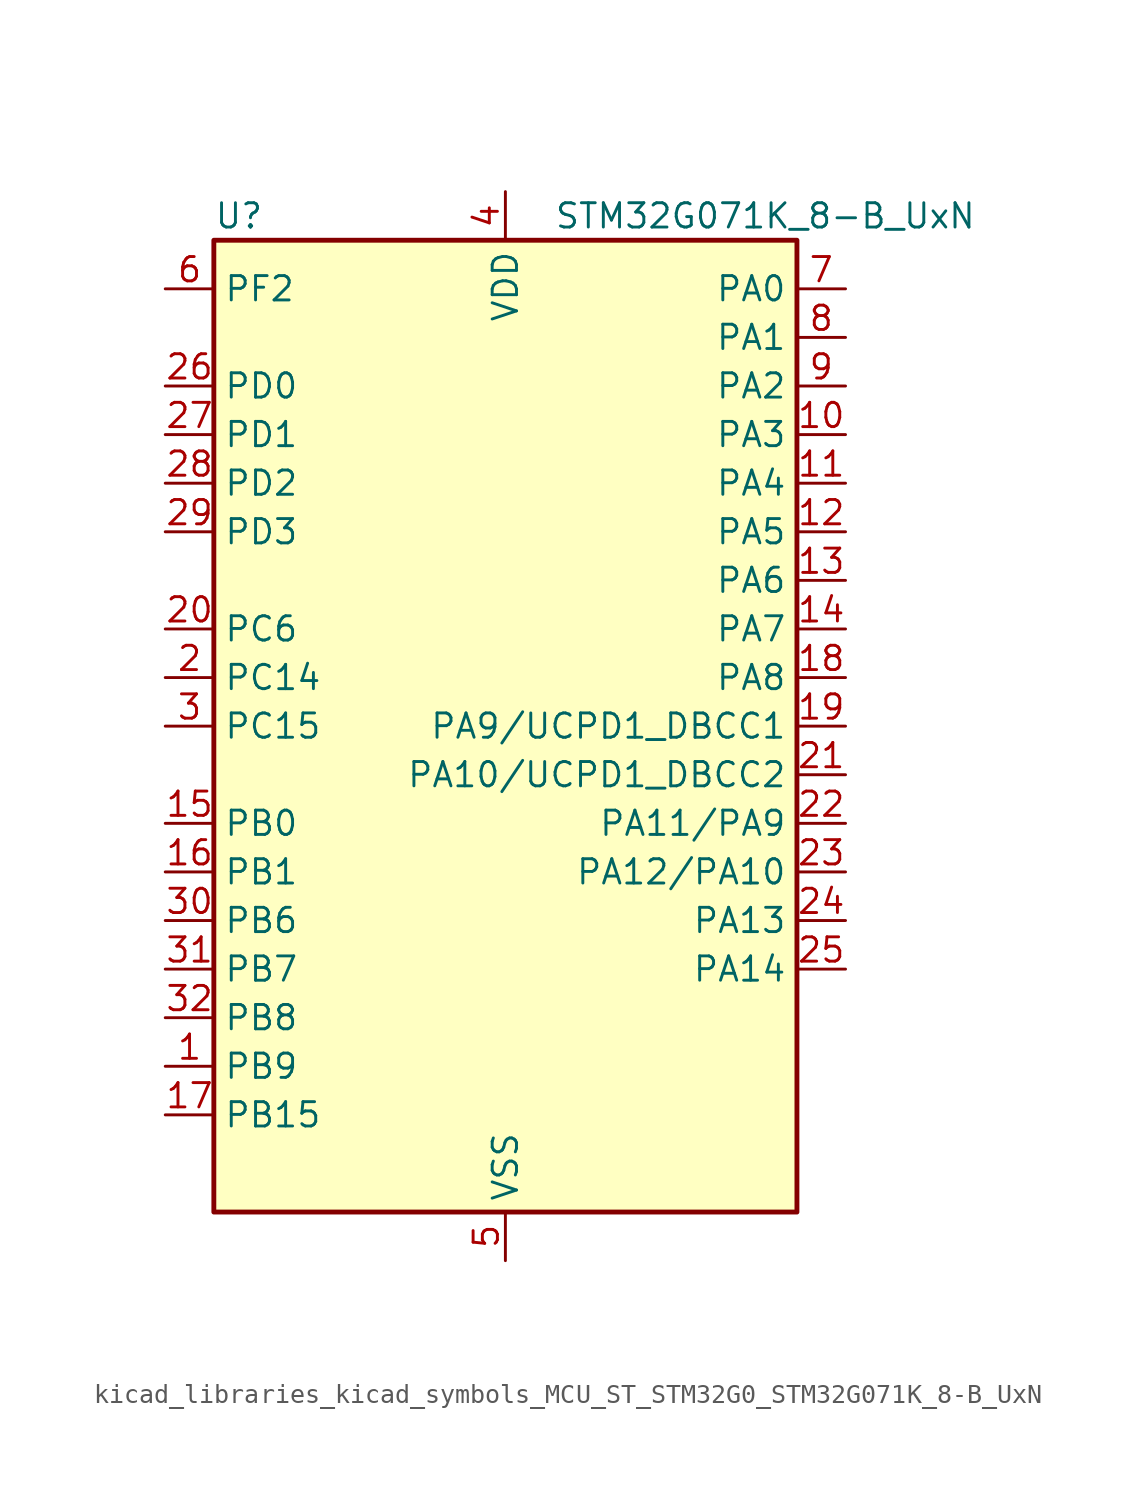
<source format=kicad_sym>
(kicad_symbol_lib
  (version 20220914)
  (generator kicad_symbol_editor)
  (symbol "kicad_libraries_kicad_symbols_MCU_ST_STM32G0_STM32G071K_8-B_UxN"
    (property "Reference" "U"
      (at -15.24 26.67 0)
      (effects (font (size 1.27 1.27)) (justify left)))
    (property "Value" "STM32G071K_8-B_UxN"
      (at 2.54 26.67 0)
      (effects (font (size 1.27 1.27)) (justify left)))
    (property "ki_locked" ""
      (at 0 0 0)
      (effects (font (size 1.27 1.27))))
    (symbol "kicad_libraries_kicad_symbols_MCU_ST_STM32G0_STM32G071K_8-B_UxN_0_1"
      (rectangle (start -15.24 -25.4) (end 15.24 25.4) (stroke (width 0.254) (type default)) (fill (type background))))
    (symbol "kicad_libraries_kicad_symbols_MCU_ST_STM32G0_STM32G071K_8-B_UxN_1_1"
      (pin bidirectional line (at -17.78 -17.78 0) (length 2.54) (name "PB9" (effects (font (size 1.27 1.27)))) (number "1" (effects (font (size 1.27 1.27)))) (alternate "DAC1_EXTI9" bidirectional line) (alternate "I2C1_SDA" bidirectional line) (alternate "IR_OUT" bidirectional line) (alternate "SPI2_NSS" bidirectional line) (alternate "TIM17_CH1" bidirectional line) (alternate "UCPD2_FRSTX1" bidirectional line) (alternate "UCPD2_FRSTX2" bidirectional line) (alternate "USART3_RX" bidirectional line))
      (pin bidirectional line (at 17.78 15.24 180) (length 2.54) (name "PA3" (effects (font (size 1.27 1.27)))) (number "10" (effects (font (size 1.27 1.27)))) (alternate "ADC1_IN3" bidirectional line) (alternate "COMP2_INP" bidirectional line) (alternate "LPUART1_RX" bidirectional line) (alternate "SPI2_MISO" bidirectional line) (alternate "TIM15_CH2" bidirectional line) (alternate "TIM2_CH4" bidirectional line) (alternate "UCPD2_FRSTX1" bidirectional line) (alternate "UCPD2_FRSTX2" bidirectional line) (alternate "USART2_RX" bidirectional line))
      (pin bidirectional line (at 17.78 12.7 180) (length 2.54) (name "PA4" (effects (font (size 1.27 1.27)))) (number "11" (effects (font (size 1.27 1.27)))) (alternate "ADC1_IN4" bidirectional line) (alternate "DAC1_OUT1" bidirectional line) (alternate "I2S1_WS" bidirectional line) (alternate "LPTIM2_OUT" bidirectional line) (alternate "RTC_OUT_ALARM" bidirectional line) (alternate "RTC_OUT_CALIB" bidirectional line) (alternate "RTC_TAMP_IN1" bidirectional line) (alternate "RTC_TS" bidirectional line) (alternate "SPI1_NSS" bidirectional line) (alternate "SPI2_MOSI" bidirectional line) (alternate "SYS_WKUP2" bidirectional line) (alternate "TIM14_CH1" bidirectional line) (alternate "UCPD2_FRSTX1" bidirectional line) (alternate "UCPD2_FRSTX2" bidirectional line))
      (pin bidirectional line (at 17.78 10.16 180) (length 2.54) (name "PA5" (effects (font (size 1.27 1.27)))) (number "12" (effects (font (size 1.27 1.27)))) (alternate "ADC1_IN5" bidirectional line) (alternate "CEC" bidirectional line) (alternate "DAC1_OUT2" bidirectional line) (alternate "I2S1_CK" bidirectional line) (alternate "LPTIM2_ETR" bidirectional line) (alternate "SPI1_SCK" bidirectional line) (alternate "TIM2_CH1" bidirectional line) (alternate "TIM2_ETR" bidirectional line) (alternate "UCPD1_FRSTX1" bidirectional line) (alternate "UCPD1_FRSTX2" bidirectional line) (alternate "USART3_TX" bidirectional line))
      (pin bidirectional line (at 17.78 7.62 180) (length 2.54) (name "PA6" (effects (font (size 1.27 1.27)))) (number "13" (effects (font (size 1.27 1.27)))) (alternate "ADC1_IN6" bidirectional line) (alternate "COMP1_OUT" bidirectional line) (alternate "I2S1_MCK" bidirectional line) (alternate "LPUART1_CTS" bidirectional line) (alternate "SPI1_MISO" bidirectional line) (alternate "TIM16_CH1" bidirectional line) (alternate "TIM1_BK" bidirectional line) (alternate "TIM3_CH1" bidirectional line) (alternate "USART3_CTS" bidirectional line) (alternate "USART3_NSS" bidirectional line))
      (pin bidirectional line (at 17.78 5.08 180) (length 2.54) (name "PA7" (effects (font (size 1.27 1.27)))) (number "14" (effects (font (size 1.27 1.27)))) (alternate "ADC1_IN7" bidirectional line) (alternate "COMP2_OUT" bidirectional line) (alternate "I2S1_SD" bidirectional line) (alternate "SPI1_MOSI" bidirectional line) (alternate "TIM14_CH1" bidirectional line) (alternate "TIM17_CH1" bidirectional line) (alternate "TIM1_CH1N" bidirectional line) (alternate "TIM3_CH2" bidirectional line) (alternate "UCPD1_FRSTX1" bidirectional line) (alternate "UCPD1_FRSTX2" bidirectional line))
      (pin bidirectional line (at -17.78 -5.08 0) (length 2.54) (name "PB0" (effects (font (size 1.27 1.27)))) (number "15" (effects (font (size 1.27 1.27)))) (alternate "ADC1_IN8" bidirectional line) (alternate "COMP1_OUT" bidirectional line) (alternate "I2S1_WS" bidirectional line) (alternate "LPTIM1_OUT" bidirectional line) (alternate "SPI1_NSS" bidirectional line) (alternate "TIM1_CH2N" bidirectional line) (alternate "TIM3_CH3" bidirectional line) (alternate "UCPD1_FRSTX1" bidirectional line) (alternate "UCPD1_FRSTX2" bidirectional line) (alternate "USART3_RX" bidirectional line))
      (pin bidirectional line (at -17.78 -7.62 0) (length 2.54) (name "PB1" (effects (font (size 1.27 1.27)))) (number "16" (effects (font (size 1.27 1.27)))) (alternate "ADC1_IN9" bidirectional line) (alternate "COMP1_INM" bidirectional line) (alternate "LPTIM2_IN1" bidirectional line) (alternate "LPUART1_DE" bidirectional line) (alternate "LPUART1_RTS" bidirectional line) (alternate "TIM14_CH1" bidirectional line) (alternate "TIM1_CH3N" bidirectional line) (alternate "TIM3_CH4" bidirectional line) (alternate "USART3_CK" bidirectional line) (alternate "USART3_DE" bidirectional line) (alternate "USART3_RTS" bidirectional line))
      (pin bidirectional line (at -17.78 -20.32 0) (length 2.54) (name "PB15" (effects (font (size 1.27 1.27)))) (number "17" (effects (font (size 1.27 1.27)))) (alternate "RTC_REFIN" bidirectional line) (alternate "SPI2_MOSI" bidirectional line) (alternate "TIM15_CH1N" bidirectional line) (alternate "TIM15_CH2" bidirectional line) (alternate "TIM1_CH3N" bidirectional line) (alternate "UCPD1_CC2" bidirectional line))
      (pin bidirectional line (at 17.78 2.54 180) (length 2.54) (name "PA8" (effects (font (size 1.27 1.27)))) (number "18" (effects (font (size 1.27 1.27)))) (alternate "LPTIM2_OUT" bidirectional line) (alternate "RCC_MCO" bidirectional line) (alternate "SPI2_NSS" bidirectional line) (alternate "TIM1_CH1" bidirectional line) (alternate "UCPD1_CC1" bidirectional line))
      (pin bidirectional line (at 17.78 0 180) (length 2.54) (name "PA9/UCPD1_DBCC1" (effects (font (size 1.27 1.27)))) (number "19" (effects (font (size 1.27 1.27)))) (alternate "DAC1_EXTI9" bidirectional line) (alternate "I2C1_SCL" bidirectional line) (alternate "RCC_MCO" bidirectional line) (alternate "SPI2_MISO" bidirectional line) (alternate "TIM15_BK" bidirectional line) (alternate "TIM1_CH2" bidirectional line) (alternate "UCPD1_DBCC1" bidirectional line) (alternate "USART1_TX" bidirectional line))
      (pin bidirectional line (at -17.78 2.54 0) (length 2.54) (name "PC14" (effects (font (size 1.27 1.27)))) (number "2" (effects (font (size 1.27 1.27)))) (alternate "RCC_OSC32_IN" bidirectional line) (alternate "RCC_OSC_IN" bidirectional line) (alternate "TIM1_BK2" bidirectional line))
      (pin bidirectional line (at -17.78 5.08 0) (length 2.54) (name "PC6" (effects (font (size 1.27 1.27)))) (number "20" (effects (font (size 1.27 1.27)))) (alternate "TIM2_CH3" bidirectional line) (alternate "TIM3_CH1" bidirectional line) (alternate "UCPD1_FRSTX1" bidirectional line) (alternate "UCPD1_FRSTX2" bidirectional line))
      (pin bidirectional line (at 17.78 -2.54 180) (length 2.54) (name "PA10/UCPD1_DBCC2" (effects (font (size 1.27 1.27)))) (number "21" (effects (font (size 1.27 1.27)))) (alternate "I2C1_SDA" bidirectional line) (alternate "SPI2_MOSI" bidirectional line) (alternate "TIM17_BK" bidirectional line) (alternate "TIM1_CH3" bidirectional line) (alternate "UCPD1_DBCC2" bidirectional line) (alternate "USART1_RX" bidirectional line))
      (pin bidirectional line (at 17.78 -5.08 180) (length 2.54) (name "PA11/PA9" (effects (font (size 1.27 1.27)))) (number "22" (effects (font (size 1.27 1.27)))) (alternate "ADC1_EXTI11" bidirectional line) (alternate "COMP1_OUT" bidirectional line) (alternate "I2C2_SCL" bidirectional line) (alternate "I2S1_MCK" bidirectional line) (alternate "SPI1_MISO" bidirectional line) (alternate "TIM1_BK2" bidirectional line) (alternate "TIM1_CH4" bidirectional line) (alternate "USART1_CTS" bidirectional line) (alternate "USART1_NSS" bidirectional line))
      (pin bidirectional line (at 17.78 -7.62 180) (length 2.54) (name "PA12/PA10" (effects (font (size 1.27 1.27)))) (number "23" (effects (font (size 1.27 1.27)))) (alternate "COMP2_OUT" bidirectional line) (alternate "I2C2_SDA" bidirectional line) (alternate "I2S1_SD" bidirectional line) (alternate "I2S_CKIN" bidirectional line) (alternate "SPI1_MOSI" bidirectional line) (alternate "TIM1_ETR" bidirectional line) (alternate "USART1_CK" bidirectional line) (alternate "USART1_DE" bidirectional line) (alternate "USART1_RTS" bidirectional line))
      (pin bidirectional line (at 17.78 -10.16 180) (length 2.54) (name "PA13" (effects (font (size 1.27 1.27)))) (number "24" (effects (font (size 1.27 1.27)))) (alternate "IR_OUT" bidirectional line) (alternate "SYS_SWDIO" bidirectional line))
      (pin bidirectional line (at 17.78 -12.7 180) (length 2.54) (name "PA14" (effects (font (size 1.27 1.27)))) (number "25" (effects (font (size 1.27 1.27)))) (alternate "SYS_SWCLK" bidirectional line) (alternate "USART2_TX" bidirectional line))
      (pin bidirectional line (at -17.78 17.78 0) (length 2.54) (name "PD0" (effects (font (size 1.27 1.27)))) (number "26" (effects (font (size 1.27 1.27)))) (alternate "SPI2_NSS" bidirectional line) (alternate "TIM16_CH1" bidirectional line) (alternate "UCPD2_CC1" bidirectional line))
      (pin bidirectional line (at -17.78 15.24 0) (length 2.54) (name "PD1" (effects (font (size 1.27 1.27)))) (number "27" (effects (font (size 1.27 1.27)))) (alternate "SPI2_SCK" bidirectional line) (alternate "TIM17_CH1" bidirectional line) (alternate "UCPD2_DBCC1" bidirectional line))
      (pin bidirectional line (at -17.78 12.7 0) (length 2.54) (name "PD2" (effects (font (size 1.27 1.27)))) (number "28" (effects (font (size 1.27 1.27)))) (alternate "TIM1_CH1N" bidirectional line) (alternate "TIM3_ETR" bidirectional line) (alternate "UCPD2_CC2" bidirectional line) (alternate "USART3_CK" bidirectional line) (alternate "USART3_DE" bidirectional line) (alternate "USART3_RTS" bidirectional line))
      (pin bidirectional line (at -17.78 10.16 0) (length 2.54) (name "PD3" (effects (font (size 1.27 1.27)))) (number "29" (effects (font (size 1.27 1.27)))) (alternate "SPI2_MISO" bidirectional line) (alternate "TIM1_CH2N" bidirectional line) (alternate "UCPD2_DBCC2" bidirectional line) (alternate "USART2_CTS" bidirectional line) (alternate "USART2_NSS" bidirectional line))
      (pin bidirectional line (at -17.78 0 0) (length 2.54) (name "PC15" (effects (font (size 1.27 1.27)))) (number "3" (effects (font (size 1.27 1.27)))) (alternate "RCC_OSC32_EN" bidirectional line) (alternate "RCC_OSC32_OUT" bidirectional line) (alternate "RCC_OSC_EN" bidirectional line) (alternate "TIM15_BK" bidirectional line))
      (pin bidirectional line (at -17.78 -10.16 0) (length 2.54) (name "PB6" (effects (font (size 1.27 1.27)))) (number "30" (effects (font (size 1.27 1.27)))) (alternate "COMP2_INP" bidirectional line) (alternate "I2C1_SCL" bidirectional line) (alternate "LPTIM1_ETR" bidirectional line) (alternate "SPI2_MISO" bidirectional line) (alternate "TIM16_CH1N" bidirectional line) (alternate "TIM1_CH3" bidirectional line) (alternate "USART1_TX" bidirectional line))
      (pin bidirectional line (at -17.78 -12.7 0) (length 2.54) (name "PB7" (effects (font (size 1.27 1.27)))) (number "31" (effects (font (size 1.27 1.27)))) (alternate "COMP2_INM" bidirectional line) (alternate "I2C1_SDA" bidirectional line) (alternate "LPTIM1_IN2" bidirectional line) (alternate "SPI2_MOSI" bidirectional line) (alternate "SYS_PVD_IN" bidirectional line) (alternate "TIM17_CH1N" bidirectional line) (alternate "USART1_RX" bidirectional line) (alternate "USART4_CTS" bidirectional line) (alternate "USART4_NSS" bidirectional line))
      (pin bidirectional line (at -17.78 -15.24 0) (length 2.54) (name "PB8" (effects (font (size 1.27 1.27)))) (number "32" (effects (font (size 1.27 1.27)))) (alternate "CEC" bidirectional line) (alternate "I2C1_SCL" bidirectional line) (alternate "SPI2_SCK" bidirectional line) (alternate "TIM15_BK" bidirectional line) (alternate "TIM16_CH1" bidirectional line) (alternate "USART3_TX" bidirectional line))
      (pin passive line (at 0 -27.94 90) (length 2.54) hide (name "VSS" (effects (font (size 1.27 1.27)))) (number "33" (effects (font (size 1.27 1.27)))))
      (pin power_in line (at 0 27.94 270) (length 2.54) (name "VDD" (effects (font (size 1.27 1.27)))) (number "4" (effects (font (size 1.27 1.27)))))
      (pin power_in line (at 0 -27.94 90) (length 2.54) (name "VSS" (effects (font (size 1.27 1.27)))) (number "5" (effects (font (size 1.27 1.27)))))
      (pin bidirectional line (at -17.78 22.86 0) (length 2.54) (name "PF2" (effects (font (size 1.27 1.27)))) (number "6" (effects (font (size 1.27 1.27)))) (alternate "RCC_MCO" bidirectional line))
      (pin bidirectional line (at 17.78 22.86 180) (length 2.54) (name "PA0" (effects (font (size 1.27 1.27)))) (number "7" (effects (font (size 1.27 1.27)))) (alternate "ADC1_IN0" bidirectional line) (alternate "COMP1_INM" bidirectional line) (alternate "COMP1_OUT" bidirectional line) (alternate "LPTIM1_OUT" bidirectional line) (alternate "RTC_TAMP_IN2" bidirectional line) (alternate "SPI2_SCK" bidirectional line) (alternate "SYS_WKUP1" bidirectional line) (alternate "TIM2_CH1" bidirectional line) (alternate "TIM2_ETR" bidirectional line) (alternate "UCPD2_FRSTX1" bidirectional line) (alternate "UCPD2_FRSTX2" bidirectional line) (alternate "USART2_CTS" bidirectional line) (alternate "USART2_NSS" bidirectional line) (alternate "USART4_TX" bidirectional line))
      (pin bidirectional line (at 17.78 20.32 180) (length 2.54) (name "PA1" (effects (font (size 1.27 1.27)))) (number "8" (effects (font (size 1.27 1.27)))) (alternate "ADC1_IN1" bidirectional line) (alternate "COMP1_INP" bidirectional line) (alternate "I2C1_SMBA" bidirectional line) (alternate "I2S1_CK" bidirectional line) (alternate "SPI1_SCK" bidirectional line) (alternate "TIM15_CH1N" bidirectional line) (alternate "TIM2_CH2" bidirectional line) (alternate "USART2_CK" bidirectional line) (alternate "USART2_DE" bidirectional line) (alternate "USART2_RTS" bidirectional line) (alternate "USART4_RX" bidirectional line))
      (pin bidirectional line (at 17.78 17.78 180) (length 2.54) (name "PA2" (effects (font (size 1.27 1.27)))) (number "9" (effects (font (size 1.27 1.27)))) (alternate "ADC1_IN2" bidirectional line) (alternate "COMP2_INM" bidirectional line) (alternate "COMP2_OUT" bidirectional line) (alternate "I2S1_SD" bidirectional line) (alternate "LPUART1_TX" bidirectional line) (alternate "RCC_LSCO" bidirectional line) (alternate "SPI1_MOSI" bidirectional line) (alternate "SYS_WKUP4" bidirectional line) (alternate "TIM15_CH1" bidirectional line) (alternate "TIM2_CH3" bidirectional line) (alternate "UCPD1_FRSTX1" bidirectional line) (alternate "UCPD1_FRSTX2" bidirectional line) (alternate "USART2_TX" bidirectional line)))))
</source>
